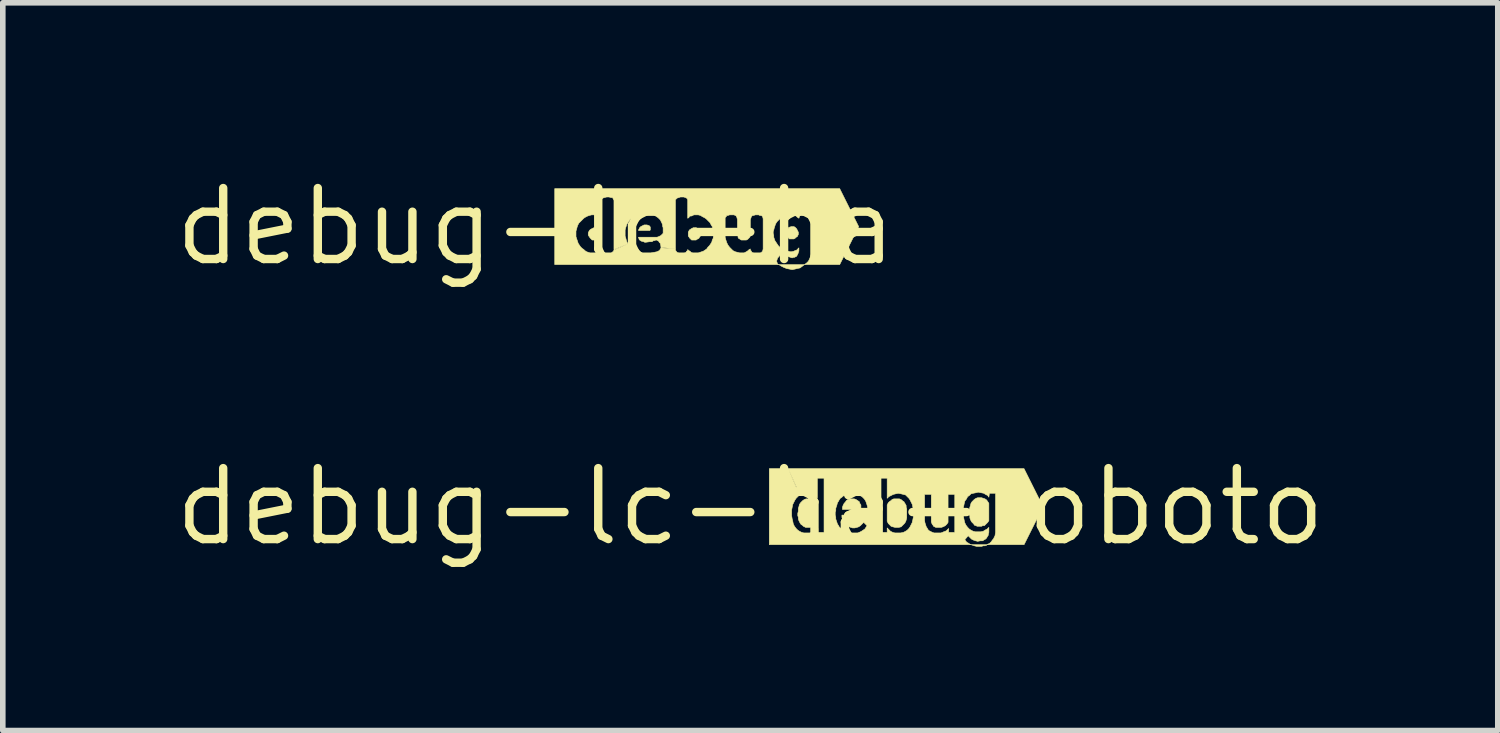
<source format=kicad_pcb>
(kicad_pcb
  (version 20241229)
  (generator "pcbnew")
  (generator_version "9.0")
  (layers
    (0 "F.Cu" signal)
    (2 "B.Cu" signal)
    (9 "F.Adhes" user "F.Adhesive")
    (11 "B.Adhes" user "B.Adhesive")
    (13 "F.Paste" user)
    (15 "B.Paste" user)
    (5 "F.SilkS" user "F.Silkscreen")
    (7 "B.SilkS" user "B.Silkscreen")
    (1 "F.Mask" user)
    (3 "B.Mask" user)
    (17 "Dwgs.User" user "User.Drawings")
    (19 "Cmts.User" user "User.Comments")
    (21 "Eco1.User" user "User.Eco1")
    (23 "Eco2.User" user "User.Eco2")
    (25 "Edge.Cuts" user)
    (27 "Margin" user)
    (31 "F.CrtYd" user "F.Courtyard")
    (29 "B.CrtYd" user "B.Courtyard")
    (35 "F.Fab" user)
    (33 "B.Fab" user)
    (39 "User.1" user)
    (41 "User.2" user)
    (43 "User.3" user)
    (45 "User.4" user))
  (footprint "debug-lc-ha-roboto"
    (layer "F.Cu")
    (at 10.379 6.019)
    (property "Reference" "debug-lc-ha-roboto" (at 0 0 0) (layer "F.SilkS") (effects (font (size 1.27 1.27) (thickness 0.15))))
    (attr board_only exclude_from_pos_files exclude_from_bom)
    (fp_poly (pts (xy 1.82 -0.14) (xy 1.79 -0.14) (xy 1.75 -0.13) (xy 1.72 -0.11) (xy 1.7 -0.08) (xy 1.68 -0.06) (xy 1.66 -0.02) (xy 1.65 0.01) (xy 1.65 0.05) (xy 1.98 0.05) (xy 1.98 0.01) (xy 1.98 -0.03) (xy 1.96 -0.06) (xy 1.95 -0.09) (xy 1.92 -0.11) (xy 1.89 -0.13) (xy 1.86 -0.14) (xy 1.82 -0.14)) (stroke (width 0.01) (type solid)) (fill yes) (layer "F.SilkS"))
    (fp_poly (pts (xy 0.85 0.12) (xy 0.85 0.16) (xy 0.86 0.19) (xy 0.86 0.22) (xy 0.87 0.25) (xy 0.88 0.27) (xy 0.89 0.29) (xy 0.91 0.32) (xy 0.93 0.33) (xy 0.95 0.35) (xy 0.97 0.36) (xy 0.99 0.37) (xy 1.01 0.37) (xy 1.04 0.37) (xy 1.07 0.37) (xy 1.1 0.36) (xy 1.12 0.36) (xy 1.14 0.34) (xy 1.16 0.32) (xy 1.18 0.3) (xy 1.2 0.27) (xy 1.2 -0.04) (xy 1.18 -0.07) (xy 1.16 -0.1) (xy 1.13 -0.12) (xy 1.1 -0.13) (xy 1.07 -0.14) (xy 1.03 -0.14) (xy 1 -0.14) (xy 0.97 -0.13) (xy 0.94 -0.11) (xy 0.92 -0.09) (xy 0.9 -0.07) (xy 0.88 -0.04) (xy 0.87 0) (xy 0.86 0.03) (xy 0.86 0.08) (xy 0.85 0.12)) (stroke (width 0.01) (type solid)) (fill yes) (layer "F.SilkS"))
    (fp_poly (pts (xy 2.8 0.11) (xy 2.8 0.07) (xy 2.8 0.04) (xy 2.79 0.01) (xy 2.79 -0.02) (xy 2.78 -0.04) (xy 2.76 -0.07) (xy 2.75 -0.09) (xy 2.73 -0.1) (xy 2.71 -0.12) (xy 2.69 -0.13) (xy 2.67 -0.14) (xy 2.65 -0.14) (xy 2.62 -0.14) (xy 2.59 -0.14) (xy 2.57 -0.14) (xy 2.54 -0.13) (xy 2.52 -0.11) (xy 2.49 -0.09) (xy 2.47 -0.07) (xy 2.45 -0.03) (xy 2.45 0.26) (xy 2.47 0.3) (xy 2.49 0.32) (xy 2.52 0.35) (xy 2.55 0.36) (xy 2.59 0.37) (xy 2.62 0.37) (xy 2.66 0.37) (xy 2.7 0.36) (xy 2.72 0.34) (xy 2.74 0.32) (xy 2.76 0.3) (xy 2.78 0.27) (xy 2.79 0.24) (xy 2.8 0.2) (xy 2.8 0.16) (xy 2.8 0.11)) (stroke (width 0.01) (type solid)) (fill yes) (layer "F.SilkS"))
    (fp_poly (pts (xy 3.92 0.1) (xy 3.92 0.14) (xy 3.93 0.17) (xy 3.93 0.2) (xy 3.94 0.23) (xy 3.95 0.25) (xy 3.96 0.27) (xy 3.98 0.29) (xy 4 0.31) (xy 4.01 0.33) (xy 4.04 0.34) (xy 4.06 0.35) (xy 4.08 0.35) (xy 4.11 0.35) (xy 4.14 0.35) (xy 4.16 0.34) (xy 4.19 0.34) (xy 4.21 0.32) (xy 4.23 0.3) (xy 4.25 0.28) (xy 4.27 0.25) (xy 4.27 -0.06) (xy 4.25 -0.09) (xy 4.23 -0.12) (xy 4.2 -0.14) (xy 4.17 -0.15) (xy 4.14 -0.16) (xy 4.1 -0.16) (xy 4.07 -0.16) (xy 4.04 -0.15) (xy 4.01 -0.13) (xy 3.99 -0.11) (xy 3.97 -0.09) (xy 3.95 -0.06) (xy 3.94 -0.02) (xy 3.93 0.01) (xy 3.92 0.06) (xy 3.92 0.1)) (stroke (width 0.01) (type solid)) (fill yes) (layer "F.SilkS"))
    (fp_poly (pts (xy 0.68 -0.68) (xy 0.34 -0.68) (xy 0.34 0.68) (xy 4.9 0.68) (xy 5.24 0) (xy 4.9 -0.68) (xy 0.68 -0.68) (xy 0.89 -0.21) (xy 0.92 -0.22) (xy 0.97 -0.23) (xy 1.01 -0.24) (xy 1.06 -0.23) (xy 1.1 -0.22) (xy 1.14 -0.21) (xy 1.17 -0.18) (xy 1.2 -0.16) (xy 1.2 -0.51) (xy 1.32 -0.51) (xy 1.32 0.46) (xy 1.56 0.31) (xy 1.55 0.28) (xy 1.54 0.25) (xy 1.53 0.22) (xy 1.53 0.19) (xy 1.52 0.15) (xy 1.52 0.1) (xy 1.53 0.07) (xy 1.53 0.03) (xy 1.54 0) (xy 1.55 -0.03) (xy 1.56 -0.07) (xy 1.58 -0.1) (xy 1.59 -0.12) (xy 1.61 -0.15) (xy 1.64 -0.17) (xy 1.66 -0.19) (xy 1.69 -0.2) (xy 1.72 -0.22) (xy 1.75 -0.23) (xy 1.78 -0.23) (xy 1.81 -0.24) (xy 1.84 -0.24) (xy 1.88 -0.23) (xy 1.91 -0.23) (xy 1.93 -0.22) (xy 1.96 -0.21) (xy 1.98 -0.19) (xy 2 -0.18) (xy 2.02 -0.16) (xy 2.04 -0.14) (xy 2.06 -0.11) (xy 2.07 -0.09) (xy 2.08 -0.06) (xy 2.09 -0.03) (xy 2.1 0.01) (xy 2.1 0.04) (xy 2.11 0.08) (xy 2.11 0.15) (xy 1.64 0.15) (xy 1.64 0.19) (xy 1.65 0.22) (xy 1.66 0.25) (xy 1.67 0.28) (xy 1.69 0.31) (xy 1.71 0.33) (xy 1.74 0.35) (xy 1.77 0.36) (xy 1.8 0.37) (xy 1.83 0.38) (xy 1.87 0.38) (xy 1.91 0.37) (xy 1.94 0.36) (xy 1.97 0.34) (xy 2 0.31) (xy 2.03 0.28) (xy 2.09 0.34) (xy 2.34 0.46) (xy 2.34 -0.51) (xy 2.45 -0.51) (xy 2.45 -0.15) (xy 2.48 -0.18) (xy 2.52 -0.2) (xy 2.56 -0.22) (xy 2.6 -0.23) (xy 2.65 -0.24) (xy 2.7 -0.23) (xy 2.74 -0.22) (xy 2.78 -0.21) (xy 2.81 -0.18) (xy 2.84 -0.15) (xy 2.86 -0.12) (xy 2.88 -0.08) (xy 2.9 -0.04) (xy 2.91 0.01) (xy 2.92 0.06) (xy 2.92 0.12) (xy 2.92 0.18) (xy 2.91 0.23) (xy 3.12 0.26) (xy 3.12 -0.22) (xy 3.24 -0.22) (xy 3.24 0.22) (xy 3.24 0.25) (xy 3.24 0.27) (xy 3.25 0.3) (xy 3.26 0.32) (xy 3.27 0.33) (xy 3.28 0.35) (xy 3.3 0.36) (xy 3.32 0.37) (xy 3.34 0.37) (xy 3.37 0.37) (xy 3.4 0.37) (xy 3.42 0.37) (xy 3.45 0.36) (xy 3.47 0.35) (xy 3.49 0.34) (xy 3.51 0.32) (xy 3.52 0.31) (xy 3.54 0.28) (xy 3.54 0.27) (xy 3.54 -0.22) (xy 3.66 -0.22) (xy 3.84 -0.1) (xy 3.87 -0.14) (xy 3.89 -0.18) (xy 3.92 -0.2) (xy 3.95 -0.23) (xy 3.99 -0.24) (xy 4.04 -0.25) (xy 4.08 -0.26) (xy 4.13 -0.25) (xy 4.18 -0.24) (xy 4.21 -0.22) (xy 4.25 -0.2) (xy 4.27 -0.17) (xy 4.28 -0.24) (xy 4.39 -0.24) (xy 4.39 0.43) (xy 4.39 0.46) (xy 4.38 0.52) (xy 4.37 0.54) (xy 4.36 0.56) (xy 4.35 0.58) (xy 4.33 0.6) (xy 4.32 0.62) (xy 4.3 0.64) (xy 4.28 0.66) (xy 4.25 0.67) (xy 4.23 0.69) (xy 4.2 0.7) (xy 4.17 0.7) (xy 4.14 0.71) (xy 4.11 0.71) (xy 4.08 0.71) (xy 4.05 0.71) (xy 4.01 0.7) (xy 3.98 0.69) (xy 3.95 0.68) (xy 3.93 0.67) (xy 3.9 0.65) (xy 3.88 0.64) (xy 3.86 0.62) (xy 3.84 0.59) (xy 3.9 0.52) (xy 3.93 0.55) (xy 3.96 0.58) (xy 4 0.6) (xy 4.03 0.61) (xy 4.07 0.62) (xy 4.12 0.61) (xy 4.16 0.61) (xy 4.19 0.59) (xy 4.21 0.58) (xy 4.23 0.56) (xy 4.24 0.54) (xy 4.26 0.51) (xy 4.26 0.49) (xy 4.27 0.46) (xy 4.27 0.37) (xy 4.24 0.4) (xy 4.2 0.42) (xy 4.17 0.44) (xy 4.12 0.45) (xy 4.08 0.45) (xy 4.03 0.45) (xy 3.99 0.44) (xy 3.95 0.42) (xy 3.92 0.4) (xy 3.89 0.37) (xy 3.86 0.33) (xy 3.84 0.29) (xy 3.83 0.25) (xy 3.82 0.2) (xy 3.81 0.14) (xy 3.81 0.09) (xy 3.81 0.03) (xy 3.82 -0.01) (xy 3.83 -0.06) (xy 3.84 -0.1) (xy 3.66 -0.22) (xy 3.66 0.46) (xy 3.55 0.46) (xy 3.55 0.39) (xy 3.53 0.41) (xy 3.51 0.43) (xy 3.49 0.44) (xy 3.46 0.45) (xy 3.44 0.46) (xy 3.41 0.47) (xy 3.38 0.47) (xy 3.34 0.47) (xy 3.32 0.47) (xy 3.29 0.47) (xy 3.26 0.46) (xy 3.24 0.45) (xy 3.22 0.44) (xy 3.2 0.43) (xy 3.18 0.41) (xy 3.17 0.39) (xy 3.15 0.36) (xy 3.14 0.33) (xy 3.13 0.3) (xy 3.12 0.26) (xy 2.91 0.23) (xy 2.9 0.28) (xy 2.88 0.32) (xy 2.86 0.36) (xy 2.84 0.39) (xy 2.81 0.42) (xy 2.78 0.44) (xy 2.76 0.45) (xy 2.74 0.46) (xy 2.69 0.47) (xy 2.64 0.47) (xy 2.59 0.47) (xy 2.55 0.46) (xy 2.51 0.44) (xy 2.48 0.41) (xy 2.45 0.38) (xy 2.45 0.46) (xy 2.34 0.46) (xy 2.09 0.34) (xy 2.07 0.37) (xy 2.05 0.4) (xy 2.02 0.42) (xy 1.99 0.44) (xy 1.95 0.46) (xy 1.92 0.47) (xy 1.88 0.47) (xy 1.84 0.47) (xy 1.8 0.47) (xy 1.77 0.47) (xy 1.74 0.46) (xy 1.71 0.45) (xy 1.69 0.44) (xy 1.66 0.42) (xy 1.64 0.4) (xy 1.61 0.38) (xy 1.59 0.36) (xy 1.58 0.34) (xy 1.56 0.31) (xy 1.32 0.46) (xy 1.21 0.46) (xy 1.21 0.39) (xy 1.17 0.42) (xy 1.14 0.44) (xy 1.1 0.46) (xy 1.06 0.47) (xy 1.01 0.47) (xy 0.96 0.47) (xy 0.92 0.46) (xy 0.88 0.44) (xy 0.85 0.42) (xy 0.82 0.39) (xy 0.79 0.35) (xy 0.77 0.31) (xy 0.76 0.26) (xy 0.75 0.22) (xy 0.74 0.16) (xy 0.74 0.11) (xy 0.74 0.06) (xy 0.75 0.01) (xy 0.76 -0.04) (xy 0.78 -0.08) (xy 0.8 -0.12) (xy 0.82 -0.15) (xy 0.85 -0.18) (xy 0.88 -0.21) (xy 0.68 -0.68)) (stroke (width 0.01) (type solid)) (fill yes) (layer "F.SilkS")))
  (footprint "debug-lc-ha"
    (layer "F.Cu")
    (at 6.539 1.006)
    (property "Reference" "debug-lc-ha" (at 0 0 0) (layer "F.SilkS") (effects (font (size 1.27 1.27) (thickness 0.15))))
    (attr board_only exclude_from_pos_files exclude_from_bom)
    (fp_poly (pts (xy 2 0.07) (xy 2.02 0.07) (xy 2.03 0.07) (xy 2.04 0.07) (xy 2.05 0.06) (xy 2.05 0.05) (xy 2.05 0.04) (xy 2.05 0.02) (xy 2.05 0.01) (xy 2.04 -0.01) (xy 2.02 -0.02) (xy 1.99 -0.03) (xy 1.96 -0.03) (xy 1.94 -0.03) (xy 1.92 -0.02) (xy 1.9 -0.01) (xy 1.88 0) (xy 1.86 0.02) (xy 1.85 0.04) (xy 1.84 0.06) (xy 1.84 0.07) (xy 2 0.07)) (stroke (width 0.01) (type solid)) (fill yes) (layer "F.SilkS"))
    (fp_poly (pts (xy 1.01 0.24) (xy 1.07 0.24) (xy 1.09 0.24) (xy 1.11 0.24) (xy 1.12 0.23) (xy 1.14 0.21) (xy 1.15 0.2) (xy 1.16 0.18) (xy 1.17 0.16) (xy 1.17 0.14) (xy 1.17 0.12) (xy 1.17 0.09) (xy 1.16 0.07) (xy 1.14 0.06) (xy 1.13 0.04) (xy 1.11 0.03) (xy 1.09 0.02) (xy 1.07 0.02) (xy 1.04 0.02) (xy 1.02 0.03) (xy 1 0.04) (xy 0.98 0.05) (xy 0.96 0.07) (xy 0.95 0.09) (xy 0.94 0.11) (xy 0.94 0.13) (xy 0.94 0.15) (xy 0.95 0.17) (xy 0.96 0.18) (xy 0.97 0.2) (xy 1.01 0.24)) (stroke (width 0.01) (type solid)) (fill yes) (layer "F.SilkS"))
    (fp_poly (pts (xy 2.79 0.24) (xy 2.85 0.24) (xy 2.87 0.24) (xy 2.88 0.23) (xy 2.9 0.22) (xy 2.92 0.21) (xy 2.93 0.19) (xy 2.94 0.18) (xy 2.95 0.16) (xy 2.95 0.14) (xy 2.95 0.11) (xy 2.95 0.09) (xy 2.94 0.07) (xy 2.92 0.06) (xy 2.91 0.04) (xy 2.89 0.03) (xy 2.87 0.02) (xy 2.85 0.02) (xy 2.82 0.02) (xy 2.8 0.03) (xy 2.78 0.04) (xy 2.77 0.05) (xy 2.75 0.06) (xy 2.74 0.08) (xy 2.73 0.1) (xy 2.73 0.12) (xy 2.73 0.15) (xy 2.73 0.17) (xy 2.74 0.18) (xy 2.75 0.2) (xy 2.79 0.24)) (stroke (width 0.01) (type solid)) (fill yes) (layer "F.SilkS"))
    (fp_poly (pts (xy 4.48 0.16) (xy 4.52 0.2) (xy 4.53 0.21) (xy 4.54 0.22) (xy 4.56 0.22) (xy 4.58 0.22) (xy 4.6 0.22) (xy 4.62 0.22) (xy 4.64 0.21) (xy 4.66 0.19) (xy 4.68 0.18) (xy 4.69 0.16) (xy 4.7 0.14) (xy 4.7 0.12) (xy 4.7 0.1) (xy 4.69 0.08) (xy 4.68 0.06) (xy 4.67 0.04) (xy 4.65 0.02) (xy 4.64 0.01) (xy 4.62 0) (xy 4.6 0) (xy 4.57 0) (xy 4.55 0.01) (xy 4.53 0.01) (xy 4.52 0.03) (xy 4.5 0.05) (xy 4.49 0.07) (xy 4.48 0.08) (xy 4.48 0.1) (xy 4.48 0.16)) (stroke (width 0.01) (type solid)) (fill yes) (layer "F.SilkS"))
    (fp_poly (pts (xy 0.68 -0.68) (xy 0.34 -0.68) (xy 0.34 0.68) (xy 5.44 0.68) (xy 5.78 0) (xy 5.44 -0.68) (xy 0.68 -0.68) (xy 1.18 -0.49) (xy 1.2 -0.51) (xy 1.23 -0.52) (xy 1.27 -0.53) (xy 1.31 -0.53) (xy 1.35 -0.52) (xy 1.37 -0.52) (xy 1.38 -0.51) (xy 1.39 -0.49) (xy 1.4 -0.47) (xy 1.4 -0.46) (xy 1.4 0.41) (xy 1.65 0.31) (xy 1.63 0.27) (xy 1.62 0.24) (xy 1.61 0.2) (xy 1.6 0.17) (xy 1.6 0.13) (xy 1.6 0.09) (xy 1.6 0.06) (xy 1.61 0.02) (xy 1.62 -0.01) (xy 1.63 -0.04) (xy 1.65 -0.07) (xy 1.67 -0.1) (xy 1.69 -0.13) (xy 1.72 -0.15) (xy 1.75 -0.17) (xy 1.78 -0.19) (xy 1.81 -0.21) (xy 1.84 -0.22) (xy 1.88 -0.23) (xy 1.92 -0.23) (xy 1.96 -0.24) (xy 2 -0.24) (xy 2.03 -0.23) (xy 2.07 -0.23) (xy 2.1 -0.22) (xy 2.13 -0.2) (xy 2.16 -0.18) (xy 2.19 -0.16) (xy 2.21 -0.14) (xy 2.23 -0.12) (xy 2.24 -0.1) (xy 2.26 -0.06) (xy 2.27 -0.03) (xy 2.27 -0.01) (xy 2.28 0.02) (xy 2.28 0.12) (xy 2.24 0.16) (xy 2.22 0.17) (xy 2.2 0.18) (xy 2.17 0.19) (xy 2.15 0.19) (xy 1.84 0.19) (xy 1.84 0.2) (xy 1.85 0.22) (xy 1.85 0.23) (xy 1.86 0.24) (xy 1.89 0.26) (xy 1.93 0.27) (xy 1.95 0.28) (xy 1.97 0.28) (xy 2.04 0.27) (xy 2.08 0.27) (xy 2.11 0.25) (xy 2.13 0.25) (xy 2.15 0.24) (xy 2.16 0.24) (xy 2.18 0.25) (xy 2.2 0.26) (xy 2.21 0.28) (xy 2.23 0.3) (xy 2.24 0.35) (xy 2.24 0.36) (xy 2.24 0.37) (xy 2.5 0.4) (xy 2.5 -0.46) (xy 2.5 -0.48) (xy 2.52 -0.5) (xy 2.53 -0.51) (xy 2.56 -0.52) (xy 2.59 -0.53) (xy 2.62 -0.53) (xy 2.65 -0.53) (xy 2.68 -0.52) (xy 2.7 -0.51) (xy 2.71 -0.5) (xy 2.72 -0.48) (xy 2.72 -0.46) (xy 2.72 -0.15) (xy 2.74 -0.16) (xy 2.75 -0.18) (xy 2.77 -0.19) (xy 2.79 -0.19) (xy 2.83 -0.21) (xy 2.87 -0.21) (xy 2.91 -0.21) (xy 2.95 -0.2) (xy 2.98 -0.18) (xy 3.02 -0.16) (xy 3.05 -0.14) (xy 3.09 -0.1) (xy 3.12 -0.07) (xy 3.14 -0.03) (xy 3.16 0) (xy 3.17 0.04) (xy 3.18 0.08) (xy 3.18 0.12) (xy 3.18 0.16) (xy 3.39 0.16) (xy 3.39 -0.14) (xy 3.39 -0.15) (xy 3.39 -0.16) (xy 3.41 -0.18) (xy 3.42 -0.2) (xy 3.44 -0.2) (xy 3.47 -0.21) (xy 3.51 -0.21) (xy 3.55 -0.21) (xy 3.57 -0.2) (xy 3.59 -0.19) (xy 3.59 -0.18) (xy 3.6 -0.17) (xy 3.6 -0.16) (xy 3.61 -0.13) (xy 3.61 0.13) (xy 3.61 0.15) (xy 3.62 0.17) (xy 3.62 0.19) (xy 3.63 0.21) (xy 3.65 0.22) (xy 3.66 0.23) (xy 3.68 0.24) (xy 3.69 0.24) (xy 3.71 0.24) (xy 3.73 0.24) (xy 3.75 0.24) (xy 3.77 0.24) (xy 3.79 0.23) (xy 3.8 0.22) (xy 3.81 0.21) (xy 3.82 0.2) (xy 3.83 0.19) (xy 3.84 0.17) (xy 3.84 0.15) (xy 3.84 0.13) (xy 3.84 -0.12) (xy 3.85 -0.15) (xy 3.86 -0.18) (xy 3.87 -0.19) (xy 3.88 -0.2) (xy 3.9 -0.2) (xy 3.93 -0.21) (xy 3.96 -0.21) (xy 3.99 -0.21) (xy 4.01 -0.2) (xy 4.03 -0.2) (xy 4.05 -0.19) (xy 4.06 -0.18) (xy 4.07 -0.14) (xy 4.07 -0.11) (xy 4.28 -0.01) (xy 4.29 -0.04) (xy 4.3 -0.06) (xy 4.32 -0.09) (xy 4.35 -0.12) (xy 4.37 -0.14) (xy 4.4 -0.16) (xy 4.43 -0.18) (xy 4.45 -0.19) (xy 4.49 -0.21) (xy 4.52 -0.21) (xy 4.56 -0.22) (xy 4.59 -0.21) (xy 4.63 -0.2) (xy 4.66 -0.19) (xy 4.68 -0.17) (xy 4.71 -0.15) (xy 4.72 -0.18) (xy 4.73 -0.2) (xy 4.75 -0.21) (xy 4.77 -0.22) (xy 4.79 -0.22) (xy 4.82 -0.22) (xy 4.84 -0.22) (xy 4.86 -0.22) (xy 4.88 -0.21) (xy 4.89 -0.21) (xy 4.9 -0.2) (xy 4.91 -0.19) (xy 4.92 -0.17) (xy 4.93 -0.16) (xy 4.93 -0.12) (xy 4.93 0.43) (xy 4.93 0.49) (xy 4.92 0.53) (xy 4.9 0.58) (xy 4.88 0.62) (xy 4.85 0.65) (xy 4.81 0.68) (xy 4.77 0.71) (xy 4.73 0.74) (xy 4.68 0.75) (xy 4.64 0.76) (xy 4.59 0.77) (xy 4.54 0.76) (xy 4.49 0.75) (xy 4.44 0.73) (xy 4.4 0.71) (xy 4.35 0.68) (xy 4.33 0.67) (xy 4.32 0.65) (xy 4.32 0.64) (xy 4.31 0.62) (xy 4.32 0.59) (xy 4.33 0.56) (xy 4.35 0.54) (xy 4.38 0.5) (xy 4.4 0.49) (xy 4.42 0.49) (xy 4.43 0.49) (xy 4.44 0.5) (xy 4.47 0.52) (xy 4.5 0.53) (xy 4.53 0.54) (xy 4.56 0.55) (xy 4.59 0.56) (xy 4.61 0.55) (xy 4.63 0.55) (xy 4.65 0.54) (xy 4.67 0.53) (xy 4.68 0.51) (xy 4.69 0.49) (xy 4.7 0.47) (xy 4.7 0.45) (xy 4.71 0.44) (xy 4.71 0.38) (xy 4.69 0.4) (xy 4.67 0.42) (xy 4.64 0.43) (xy 4.62 0.44) (xy 4.58 0.45) (xy 4.55 0.45) (xy 4.52 0.44) (xy 4.48 0.44) (xy 4.45 0.43) (xy 4.42 0.41) (xy 4.4 0.39) (xy 4.37 0.37) (xy 4.34 0.34) (xy 4.32 0.31) (xy 4.3 0.28) (xy 4.28 0.25) (xy 4.27 0.22) (xy 4.26 0.19) (xy 4.26 0.16) (xy 4.25 0.12) (xy 4.25 0.09) (xy 4.26 0.06) (xy 4.27 0.02) (xy 4.28 -0.01) (xy 4.07 -0.11) (xy 4.07 0.37) (xy 4.07 0.4) (xy 4.06 0.44) (xy 4.05 0.45) (xy 4.04 0.46) (xy 4.02 0.47) (xy 4 0.47) (xy 3.98 0.47) (xy 3.95 0.47) (xy 3.92 0.47) (xy 3.9 0.47) (xy 3.87 0.46) (xy 3.86 0.45) (xy 3.86 0.44) (xy 3.85 0.43) (xy 3.84 0.42) (xy 3.84 0.39) (xy 3.84 0.4) (xy 3.82 0.41) (xy 3.8 0.43) (xy 3.77 0.45) (xy 3.75 0.46) (xy 3.73 0.47) (xy 3.71 0.47) (xy 3.69 0.47) (xy 3.65 0.47) (xy 3.61 0.46) (xy 3.57 0.45) (xy 3.53 0.43) (xy 3.5 0.4) (xy 3.47 0.37) (xy 3.44 0.33) (xy 3.42 0.29) (xy 3.41 0.26) (xy 3.4 0.23) (xy 3.39 0.19) (xy 3.39 0.16) (xy 3.18 0.16) (xy 3.18 0.2) (xy 3.16 0.24) (xy 3.15 0.28) (xy 3.13 0.31) (xy 3.11 0.34) (xy 3.08 0.37) (xy 3.06 0.4) (xy 3.03 0.42) (xy 3 0.44) (xy 2.97 0.45) (xy 2.94 0.46) (xy 2.91 0.47) (xy 2.88 0.47) (xy 2.84 0.47) (xy 2.81 0.47) (xy 2.78 0.46) (xy 2.76 0.44) (xy 2.74 0.43) (xy 2.72 0.41) (xy 2.72 0.43) (xy 2.7 0.44) (xy 2.69 0.46) (xy 2.66 0.47) (xy 2.63 0.47) (xy 2.59 0.47) (xy 2.56 0.47) (xy 2.53 0.46) (xy 2.52 0.45) (xy 2.5 0.42) (xy 2.5 0.4) (xy 2.24 0.38) (xy 2.24 0.39) (xy 2.23 0.4) (xy 2.22 0.42) (xy 2.21 0.43) (xy 2.19 0.44) (xy 2.17 0.45) (xy 2.12 0.46) (xy 2.06 0.47) (xy 1.99 0.47) (xy 1.95 0.47) (xy 1.91 0.47) (xy 1.87 0.47) (xy 1.84 0.46) (xy 1.8 0.45) (xy 1.77 0.43) (xy 1.74 0.41) (xy 1.71 0.4) (xy 1.69 0.37) (xy 1.67 0.34) (xy 1.65 0.31) (xy 1.4 0.42) (xy 1.39 0.44) (xy 1.38 0.45) (xy 1.35 0.47) (xy 1.32 0.47) (xy 1.29 0.47) (xy 1.26 0.47) (xy 1.24 0.47) (xy 1.22 0.46) (xy 1.2 0.45) (xy 1.19 0.44) (xy 1.18 0.43) (xy 1.18 0.41) (xy 1.16 0.43) (xy 1.14 0.44) (xy 1.12 0.46) (xy 1.09 0.47) (xy 1.06 0.47) (xy 1.03 0.47) (xy 1 0.47) (xy 0.97 0.47) (xy 0.94 0.46) (xy 0.91 0.45) (xy 0.88 0.43) (xy 0.86 0.41) (xy 0.83 0.39) (xy 0.8 0.36) (xy 0.78 0.33) (xy 0.76 0.3) (xy 0.75 0.27) (xy 0.74 0.24) (xy 0.73 0.21) (xy 0.72 0.18) (xy 0.72 0.15) (xy 0.72 0.11) (xy 0.72 0.08) (xy 0.73 0.05) (xy 0.74 0.01) (xy 0.75 -0.02) (xy 0.77 -0.06) (xy 0.8 -0.09) (xy 0.83 -0.12) (xy 0.86 -0.15) (xy 0.89 -0.17) (xy 0.93 -0.19) (xy 0.96 -0.2) (xy 1 -0.21) (xy 1.03 -0.21) (xy 1.07 -0.21) (xy 1.1 -0.2) (xy 1.13 -0.18) (xy 1.16 -0.17) (xy 1.18 -0.14) (xy 1.18 -0.47) (xy 1.18 -0.49) (xy 0.68 -0.68)) (stroke (width 0.01) (type solid)) (fill yes) (layer "F.SilkS")))
  (gr_rect
    (start -3 -3)
    (end 23.758 10.025)
    (stroke (width 0.1) (type default))
    (fill no)
    (layer "Edge.Cuts")))
</source>
